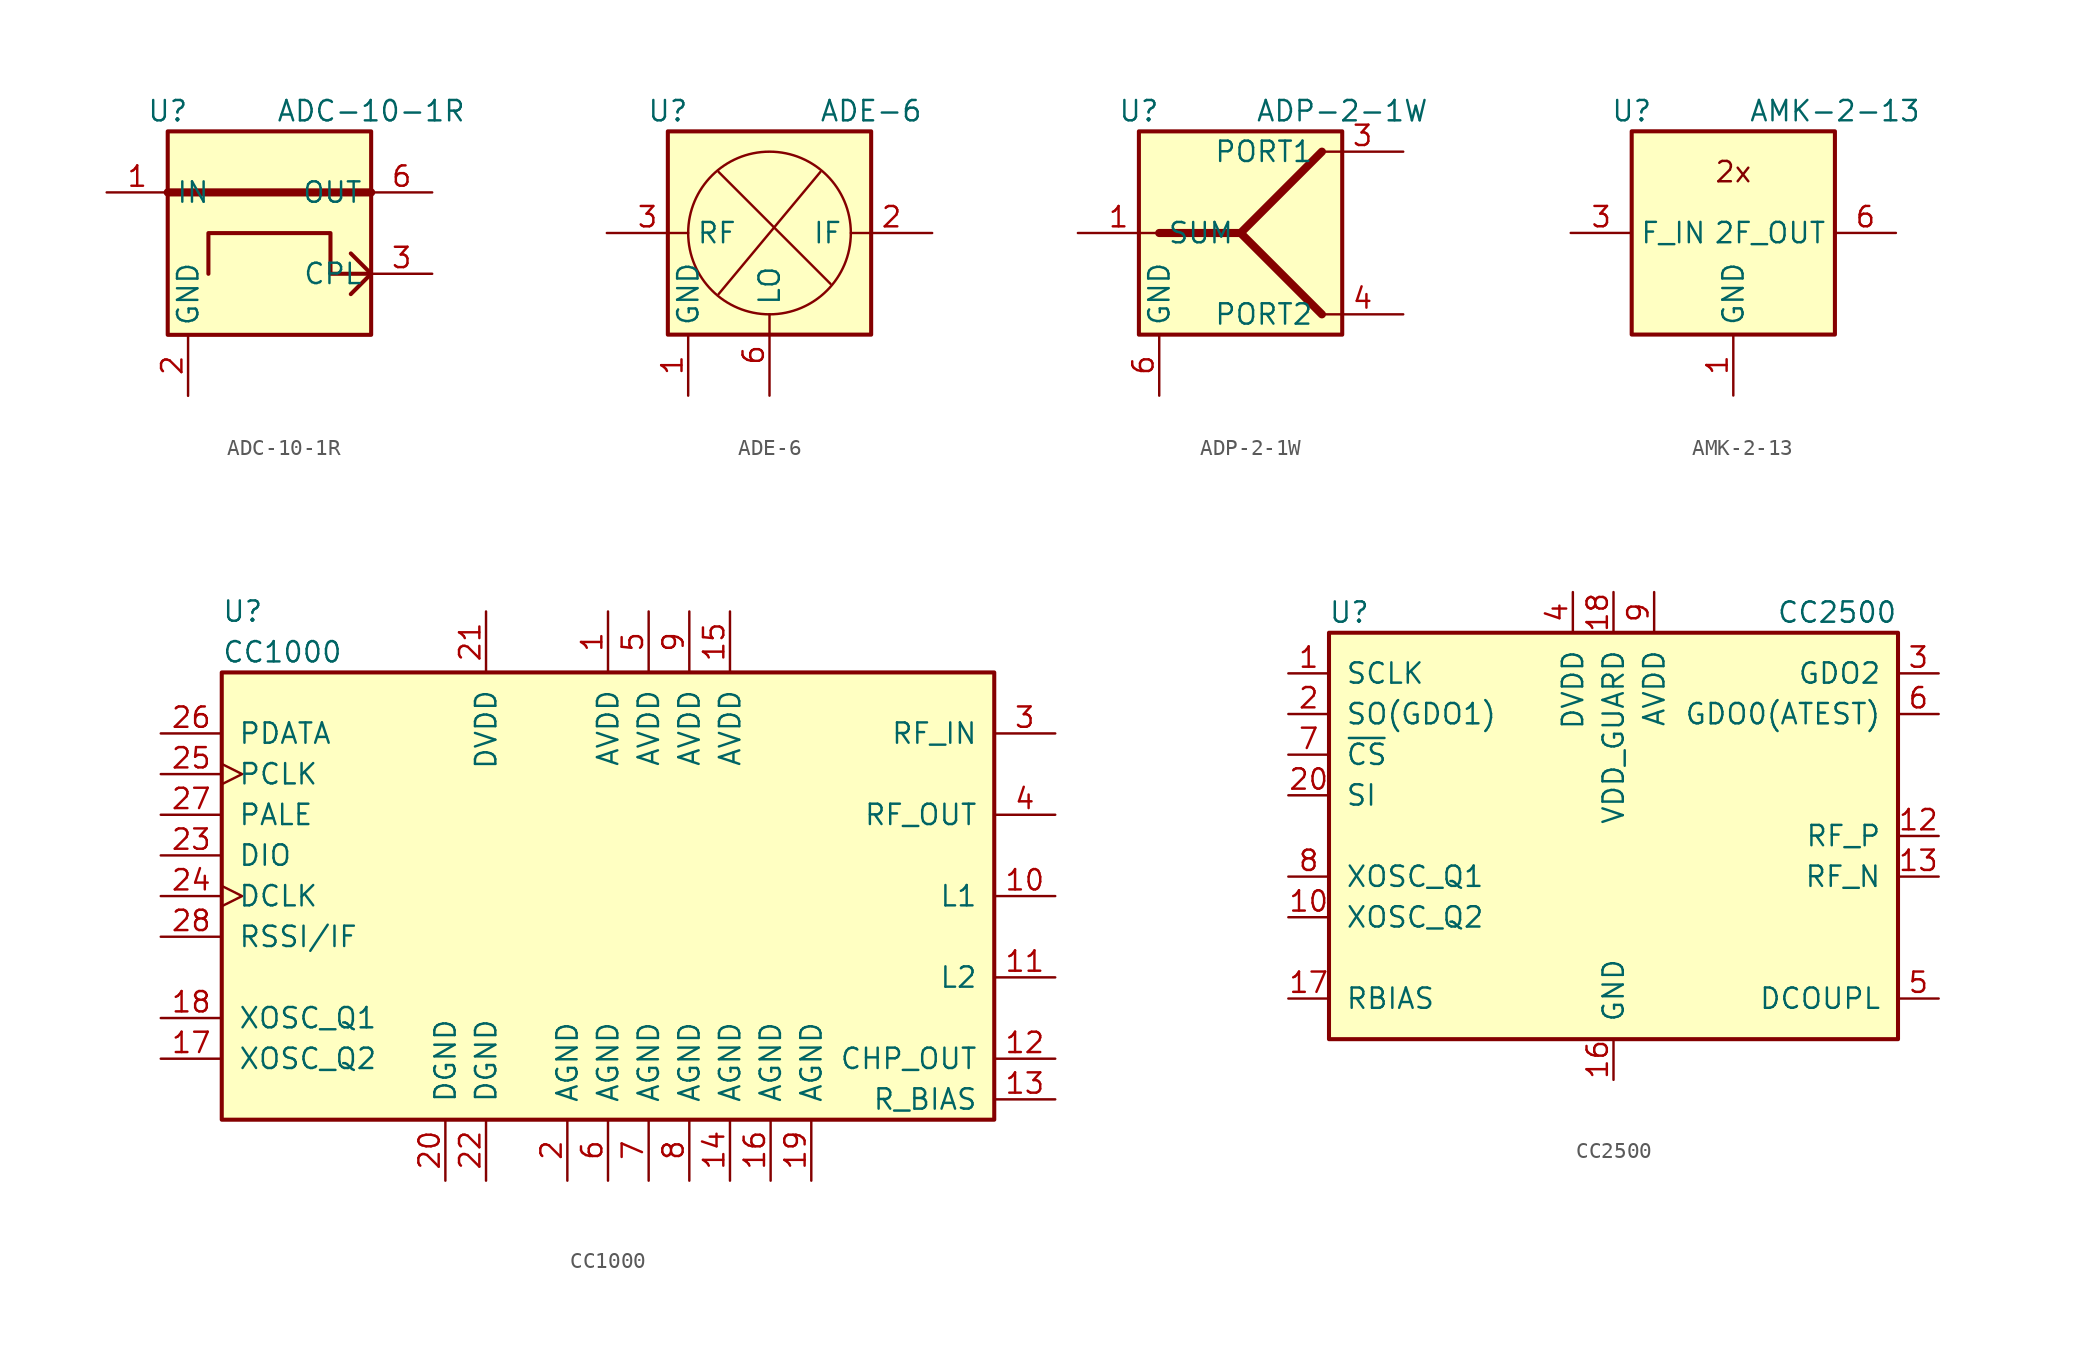
<source format=kicad_sym>
(kicad_symbol_lib
  (version 20201005)
  (generator kicad_symbol_editor)
  (symbol "ADC-10-1R"
    (property "Reference" "U"
      (at -6.35 7.62 0)
      (effects (font (size 1.27 1.27))))
    (property "Value" "ADC-10-1R"
      (at 6.35 7.62 0)
      (effects (font (size 1.27 1.27))))
    (symbol "ADC-10-1R_0_1"
      (rectangle (start -6.35 6.35) (end 6.35 -6.35) (stroke (width 0.254)) (fill (type background)))
      (polyline (pts (xy -6.35 2.54) (xy 6.35 2.54)) (stroke (width 0.508)) (fill (type none)))
      (polyline (pts (xy 6.35 -2.54) (xy 5.08 -3.81)) (stroke (width 0.254)) (fill (type none)))
      (polyline (pts (xy 6.35 -2.54) (xy 5.08 -1.27)) (stroke (width 0.254)) (fill (type none)))
      (polyline (pts (xy 6.35 -2.54) (xy 3.81 -2.54) (xy 3.81 0) (xy -3.81 0) (xy -3.81 -2.54)) (stroke (width 0.254)) (fill (type none))))
    (symbol "ADC-10-1R_1_1"
      (pin input line (at -10.16 2.54 0) (length 3.81) (name "IN" (effects (font (size 1.27 1.27)))) (number "1" (effects (font (size 1.27 1.27)))))
      (pin power_in line (at -5.08 -10.16 90) (length 3.81) (name "GND" (effects (font (size 1.27 1.27)))) (number "2" (effects (font (size 1.27 1.27)))))
      (pin output line (at 10.16 -2.54 180) (length 3.81) (name "CPL" (effects (font (size 1.27 1.27)))) (number "3" (effects (font (size 1.27 1.27)))))
      (pin no_connect line (at 6.35 0 180) (length 3.81) hide (name "NC" (effects (font (size 1.27 1.27)))) (number "4" (effects (font (size 1.27 1.27)))))
      (pin passive line (at -5.08 -10.16 90) (length 3.81) hide (name "GND" (effects (font (size 1.27 1.27)))) (number "5" (effects (font (size 1.27 1.27)))))
      (pin output line (at 10.16 2.54 180) (length 3.81) (name "OUT" (effects (font (size 1.27 1.27)))) (number "6" (effects (font (size 1.27 1.27)))))))
  (symbol "ADE-6"
    (property "Reference" "U"
      (at -6.35 7.62 0)
      (effects (font (size 1.27 1.27))))
    (property "Value" "ADE-6"
      (at 6.35 7.62 0)
      (effects (font (size 1.27 1.27))))
    (symbol "ADE-6_0_1"
      (circle (center 0 0) (radius 5.08) (stroke (width 0)) (fill (type none)))
      (rectangle (start -6.35 6.35) (end 6.35 -6.35) (stroke (width 0.254)) (fill (type background)))
      (polyline (pts (xy -3.175 -3.81) (xy 3.175 3.81)) (stroke (width 0)) (fill (type none)))
      (polyline (pts (xy 3.81 -3.175) (xy -3.175 3.81)) (stroke (width 0)) (fill (type none))))
    (symbol "ADE-6_1_1"
      (pin power_in line (at -5.08 -10.16 90) (length 3.81) (name "GND" (effects (font (size 1.27 1.27)))) (number "1" (effects (font (size 1.27 1.27)))))
      (pin output line (at 10.16 0 180) (length 5.08) (name "IF" (effects (font (size 1.27 1.27)))) (number "2" (effects (font (size 1.27 1.27)))))
      (pin input line (at -10.16 0 0) (length 5.08) (name "RF" (effects (font (size 1.27 1.27)))) (number "3" (effects (font (size 1.27 1.27)))))
      (pin passive line (at -5.08 -10.16 90) (length 3.81) hide (name "GND" (effects (font (size 1.27 1.27)))) (number "4" (effects (font (size 1.27 1.27)))))
      (pin passive line (at -5.08 -10.16 90) (length 3.81) hide (name "GND" (effects (font (size 1.27 1.27)))) (number "5" (effects (font (size 1.27 1.27)))))
      (pin input line (at 0 -10.16 90) (length 5.08) (name "LO" (effects (font (size 1.27 1.27)))) (number "6" (effects (font (size 1.27 1.27)))))))
  (symbol "ADP-2-1W"
    (property "Reference" "U"
      (at -6.35 7.62 0)
      (effects (font (size 1.27 1.27))))
    (property "Value" "ADP-2-1W"
      (at 6.35 7.62 0)
      (effects (font (size 1.27 1.27))))
    (symbol "ADP-2-1W_0_1"
      (rectangle (start -6.35 6.35) (end 6.35 -6.35) (stroke (width 0.254)) (fill (type background)))
      (polyline (pts (xy 0 0) (xy 5.08 -5.08)) (stroke (width 0.508)) (fill (type none)))
      (polyline (pts (xy -5.08 0) (xy 0 0) (xy 5.08 5.08)) (stroke (width 0.508)) (fill (type none))))
    (symbol "ADP-2-1W_1_1"
      (pin input line (at -10.16 0 0) (length 5.08) (name "SUM" (effects (font (size 1.27 1.27)))) (number "1" (effects (font (size 1.27 1.27)))))
      (pin no_connect line (at 6.35 2.54 180) (length 5.08) hide (name "NC" (effects (font (size 1.27 1.27)))) (number "2" (effects (font (size 1.27 1.27)))))
      (pin output line (at 10.16 5.08 180) (length 5.08) (name "PORT1" (effects (font (size 1.27 1.27)))) (number "3" (effects (font (size 1.27 1.27)))))
      (pin output line (at 10.16 -5.08 180) (length 5.08) (name "PORT2" (effects (font (size 1.27 1.27)))) (number "4" (effects (font (size 1.27 1.27)))))
      (pin no_connect line (at 6.35 -2.54 180) (length 5.08) hide (name "NC" (effects (font (size 1.27 1.27)))) (number "5" (effects (font (size 1.27 1.27)))))
      (pin power_in line (at -5.08 -10.16 90) (length 3.81) (name "GND" (effects (font (size 1.27 1.27)))) (number "6" (effects (font (size 1.27 1.27)))))))
  (symbol "AMK-2-13"
    (property "Reference" "U"
      (at -6.35 7.62 0)
      (effects (font (size 1.27 1.27))))
    (property "Value" "AMK-2-13"
      (at 6.35 7.62 0)
      (effects (font (size 1.27 1.27))))
    (symbol "AMK-2-13_0_0"
      (text "2x" (at 0 3.81 0) (effects (font (size 1.27 1.27)))))
    (symbol "AMK-2-13_0_1"
      (rectangle (start -6.35 6.35) (end 6.35 -6.35) (stroke (width 0.254)) (fill (type background))))
    (symbol "AMK-2-13_1_1"
      (pin power_in line (at 0 -10.16 90) (length 3.81) (name "GND" (effects (font (size 1.27 1.27)))) (number "1" (effects (font (size 1.27 1.27)))))
      (pin no_connect line (at -6.35 -2.54 0) (length 2.54) hide (name "NC" (effects (font (size 1.27 1.27)))) (number "2" (effects (font (size 1.27 1.27)))))
      (pin input line (at -10.16 0 0) (length 3.81) (name "F_IN" (effects (font (size 1.27 1.27)))) (number "3" (effects (font (size 1.27 1.27)))))
      (pin passive line (at 0 -10.16 90) (length 3.81) hide (name "GND" (effects (font (size 1.27 1.27)))) (number "4" (effects (font (size 1.27 1.27)))))
      (pin passive line (at 0 -10.16 90) (length 3.81) hide (name "GND" (effects (font (size 1.27 1.27)))) (number "5" (effects (font (size 1.27 1.27)))))
      (pin output line (at 10.16 0 180) (length 3.81) (name "2F_OUT" (effects (font (size 1.27 1.27)))) (number "6" (effects (font (size 1.27 1.27)))))))
  (symbol "CC1000"
    (pin_names
      (offset 1.016))
    (property "Reference" "U"
      (at -24.13 17.78 0)
      (effects (font (size 1.27 1.27)) (justify left)))
    (property "Value" "CC1000"
      (at -24.13 15.24 0)
      (effects (font (size 1.27 1.27)) (justify left)))
    (symbol "CC1000_0_1"
      (rectangle (start -24.13 13.97) (end 24.13 -13.97) (stroke (width 0.254)) (fill (type background))))
    (symbol "CC1000_1_1"
      (pin power_in line (at 0 17.78 270) (length 3.81) (name "AVDD" (effects (font (size 1.27 1.27)))) (number "1" (effects (font (size 1.27 1.27)))))
      (pin passive line (at 27.94 0 180) (length 3.81) (name "L1" (effects (font (size 1.27 1.27)))) (number "10" (effects (font (size 1.27 1.27)))))
      (pin passive line (at 27.94 -5.08 180) (length 3.81) (name "L2" (effects (font (size 1.27 1.27)))) (number "11" (effects (font (size 1.27 1.27)))))
      (pin passive line (at 27.94 -10.16 180) (length 3.81) (name "CHP_OUT" (effects (font (size 1.27 1.27)))) (number "12" (effects (font (size 1.27 1.27)))))
      (pin passive line (at 27.94 -12.7 180) (length 3.81) (name "R_BIAS" (effects (font (size 1.27 1.27)))) (number "13" (effects (font (size 1.27 1.27)))))
      (pin power_in line (at 7.62 -17.78 90) (length 3.81) (name "AGND" (effects (font (size 1.27 1.27)))) (number "14" (effects (font (size 1.27 1.27)))))
      (pin power_in line (at 7.62 17.78 270) (length 3.81) (name "AVDD" (effects (font (size 1.27 1.27)))) (number "15" (effects (font (size 1.27 1.27)))))
      (pin power_in line (at 10.16 -17.78 90) (length 3.81) (name "AGND" (effects (font (size 1.27 1.27)))) (number "16" (effects (font (size 1.27 1.27)))))
      (pin passive line (at -27.94 -10.16 0) (length 3.81) (name "XOSC_Q2" (effects (font (size 1.27 1.27)))) (number "17" (effects (font (size 1.27 1.27)))))
      (pin passive line (at -27.94 -7.62 0) (length 3.81) (name "XOSC_Q1" (effects (font (size 1.27 1.27)))) (number "18" (effects (font (size 1.27 1.27)))))
      (pin power_in line (at 12.7 -17.78 90) (length 3.81) (name "AGND" (effects (font (size 1.27 1.27)))) (number "19" (effects (font (size 1.27 1.27)))))
      (pin power_in line (at -2.54 -17.78 90) (length 3.81) (name "AGND" (effects (font (size 1.27 1.27)))) (number "2" (effects (font (size 1.27 1.27)))))
      (pin power_in line (at -10.16 -17.78 90) (length 3.81) (name "DGND" (effects (font (size 1.27 1.27)))) (number "20" (effects (font (size 1.27 1.27)))))
      (pin power_in line (at -7.62 17.78 270) (length 3.81) (name "DVDD" (effects (font (size 1.27 1.27)))) (number "21" (effects (font (size 1.27 1.27)))))
      (pin power_in line (at -7.62 -17.78 90) (length 3.81) (name "DGND" (effects (font (size 1.27 1.27)))) (number "22" (effects (font (size 1.27 1.27)))))
      (pin bidirectional line (at -27.94 2.54 0) (length 3.81) (name "DIO" (effects (font (size 1.27 1.27)))) (number "23" (effects (font (size 1.27 1.27)))))
      (pin output clock (at -27.94 0 0) (length 3.81) (name "DCLK" (effects (font (size 1.27 1.27)))) (number "24" (effects (font (size 1.27 1.27)))))
      (pin input clock (at -27.94 7.62 0) (length 3.81) (name "PCLK" (effects (font (size 1.27 1.27)))) (number "25" (effects (font (size 1.27 1.27)))))
      (pin bidirectional line (at -27.94 10.16 0) (length 3.81) (name "PDATA" (effects (font (size 1.27 1.27)))) (number "26" (effects (font (size 1.27 1.27)))))
      (pin input line (at -27.94 5.08 0) (length 3.81) (name "PALE" (effects (font (size 1.27 1.27)))) (number "27" (effects (font (size 1.27 1.27)))))
      (pin passive line (at -27.94 -2.54 0) (length 3.81) (name "RSSI/IF" (effects (font (size 1.27 1.27)))) (number "28" (effects (font (size 1.27 1.27)))))
      (pin passive line (at 27.94 10.16 180) (length 3.81) (name "RF_IN" (effects (font (size 1.27 1.27)))) (number "3" (effects (font (size 1.27 1.27)))))
      (pin passive line (at 27.94 5.08 180) (length 3.81) (name "RF_OUT" (effects (font (size 1.27 1.27)))) (number "4" (effects (font (size 1.27 1.27)))))
      (pin power_in line (at 2.54 17.78 270) (length 3.81) (name "AVDD" (effects (font (size 1.27 1.27)))) (number "5" (effects (font (size 1.27 1.27)))))
      (pin power_in line (at 0 -17.78 90) (length 3.81) (name "AGND" (effects (font (size 1.27 1.27)))) (number "6" (effects (font (size 1.27 1.27)))))
      (pin power_in line (at 2.54 -17.78 90) (length 3.81) (name "AGND" (effects (font (size 1.27 1.27)))) (number "7" (effects (font (size 1.27 1.27)))))
      (pin power_in line (at 5.08 -17.78 90) (length 3.81) (name "AGND" (effects (font (size 1.27 1.27)))) (number "8" (effects (font (size 1.27 1.27)))))
      (pin power_in line (at 5.08 17.78 270) (length 3.81) (name "AVDD" (effects (font (size 1.27 1.27)))) (number "9" (effects (font (size 1.27 1.27)))))))
  (symbol "CC2500"
    (pin_names
      (offset 1.016))
    (property "Reference" "U"
      (at -16.51 13.97 0)
      (effects (font (size 1.27 1.27))))
    (property "Value" "CC2500"
      (at 13.97 13.97 0)
      (effects (font (size 1.27 1.27))))
    (symbol "CC2500_0_1"
      (rectangle (start -17.78 12.7) (end 17.78 -12.7) (stroke (width 0.254)) (fill (type background))))
    (symbol "CC2500_1_1"
      (pin input line (at -20.32 10.16 0) (length 2.54) (name "SCLK" (effects (font (size 1.27 1.27)))) (number "1" (effects (font (size 1.27 1.27)))))
      (pin passive line (at -20.32 -5.08 0) (length 2.54) (name "XOSC_Q2" (effects (font (size 1.27 1.27)))) (number "10" (effects (font (size 1.27 1.27)))))
      (pin passive line (at 2.54 15.24 270) (length 2.54) hide (name "AVDD" (effects (font (size 1.27 1.27)))) (number "11" (effects (font (size 1.27 1.27)))))
      (pin passive line (at 20.32 0 180) (length 2.54) (name "RF_P" (effects (font (size 1.27 1.27)))) (number "12" (effects (font (size 1.27 1.27)))))
      (pin passive line (at 20.32 -2.54 180) (length 2.54) (name "RF_N" (effects (font (size 1.27 1.27)))) (number "13" (effects (font (size 1.27 1.27)))))
      (pin passive line (at 2.54 15.24 270) (length 2.54) hide (name "AVDD" (effects (font (size 1.27 1.27)))) (number "14" (effects (font (size 1.27 1.27)))))
      (pin passive line (at 2.54 15.24 270) (length 2.54) hide (name "AVDD" (effects (font (size 1.27 1.27)))) (number "15" (effects (font (size 1.27 1.27)))))
      (pin power_in line (at 0 -15.24 90) (length 2.54) (name "GND" (effects (font (size 1.27 1.27)))) (number "16" (effects (font (size 1.27 1.27)))))
      (pin passive line (at -20.32 -10.16 0) (length 2.54) (name "RBIAS" (effects (font (size 1.27 1.27)))) (number "17" (effects (font (size 1.27 1.27)))))
      (pin power_in line (at 0 15.24 270) (length 2.54) (name "VDD_GUARD" (effects (font (size 1.27 1.27)))) (number "18" (effects (font (size 1.27 1.27)))))
      (pin passive line (at 0 -15.24 90) (length 2.54) hide (name "GND" (effects (font (size 1.27 1.27)))) (number "19" (effects (font (size 1.27 1.27)))))
      (pin bidirectional line (at -20.32 7.62 0) (length 2.54) (name "SO(GDO1)" (effects (font (size 1.27 1.27)))) (number "2" (effects (font (size 1.27 1.27)))))
      (pin input line (at -20.32 2.54 0) (length 2.54) (name "SI" (effects (font (size 1.27 1.27)))) (number "20" (effects (font (size 1.27 1.27)))))
      (pin passive line (at 0 -15.24 90) (length 2.54) hide (name "GND" (effects (font (size 1.27 1.27)))) (number "21" (effects (font (size 1.27 1.27)))))
      (pin bidirectional line (at 20.32 10.16 180) (length 2.54) (name "GDO2" (effects (font (size 1.27 1.27)))) (number "3" (effects (font (size 1.27 1.27)))))
      (pin power_in line (at -2.54 15.24 270) (length 2.54) (name "DVDD" (effects (font (size 1.27 1.27)))) (number "4" (effects (font (size 1.27 1.27)))))
      (pin power_out line (at 20.32 -10.16 180) (length 2.54) (name "DCOUPL" (effects (font (size 1.27 1.27)))) (number "5" (effects (font (size 1.27 1.27)))))
      (pin bidirectional line (at 20.32 7.62 180) (length 2.54) (name "GDO0(ATEST)" (effects (font (size 1.27 1.27)))) (number "6" (effects (font (size 1.27 1.27)))))
      (pin input line (at -20.32 5.08 0) (length 2.54) (name "~CS~" (effects (font (size 1.27 1.27)))) (number "7" (effects (font (size 1.27 1.27)))))
      (pin passive line (at -20.32 -2.54 0) (length 2.54) (name "XOSC_Q1" (effects (font (size 1.27 1.27)))) (number "8" (effects (font (size 1.27 1.27)))))
      (pin power_in line (at 2.54 15.24 270) (length 2.54) (name "AVDD" (effects (font (size 1.27 1.27)))) (number "9" (effects (font (size 1.27 1.27))))))))
</source>
